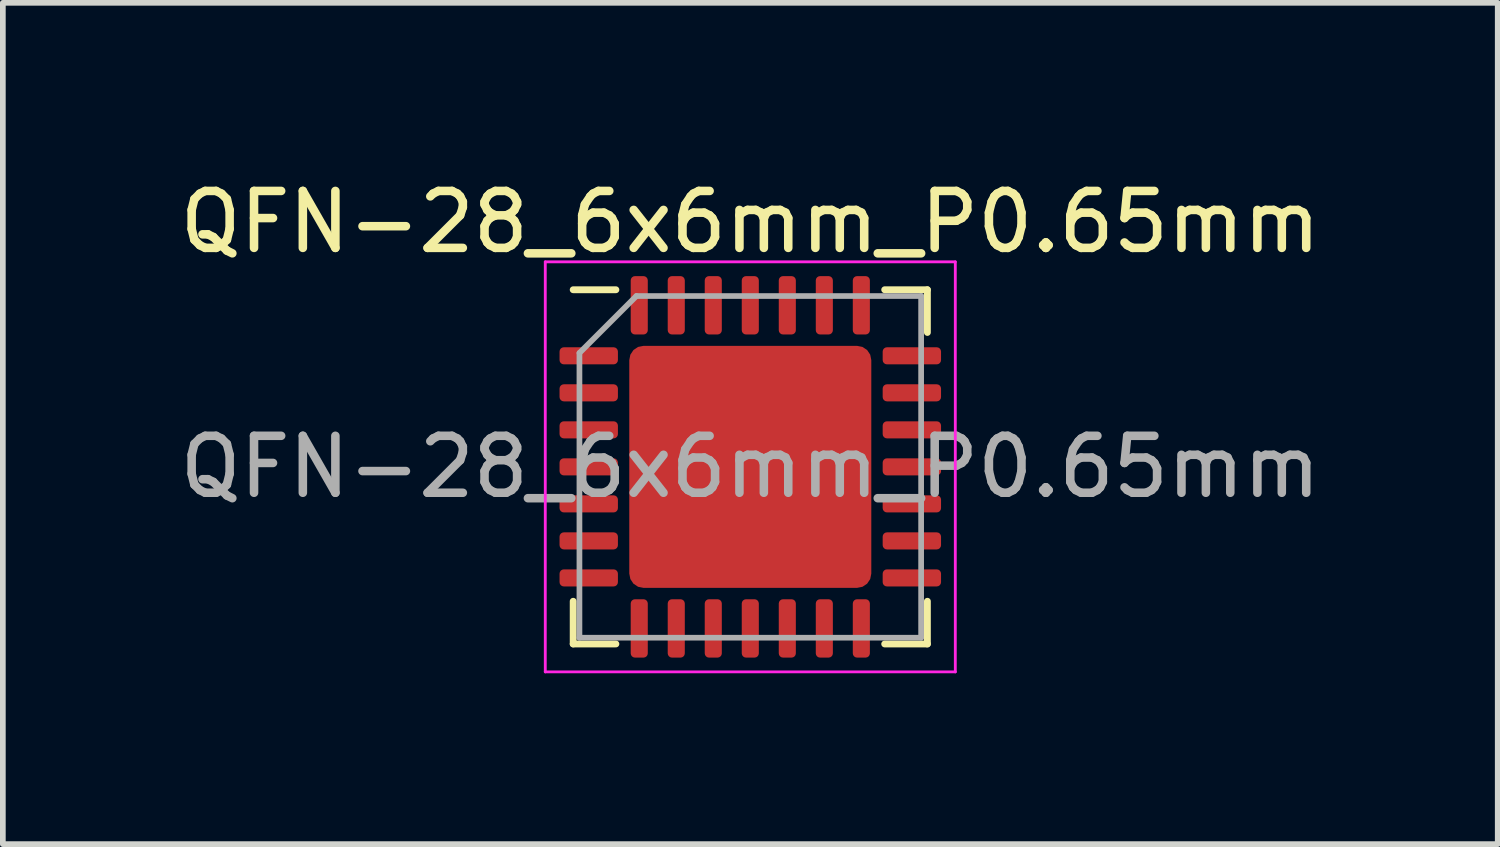
<source format=kicad_pcb>
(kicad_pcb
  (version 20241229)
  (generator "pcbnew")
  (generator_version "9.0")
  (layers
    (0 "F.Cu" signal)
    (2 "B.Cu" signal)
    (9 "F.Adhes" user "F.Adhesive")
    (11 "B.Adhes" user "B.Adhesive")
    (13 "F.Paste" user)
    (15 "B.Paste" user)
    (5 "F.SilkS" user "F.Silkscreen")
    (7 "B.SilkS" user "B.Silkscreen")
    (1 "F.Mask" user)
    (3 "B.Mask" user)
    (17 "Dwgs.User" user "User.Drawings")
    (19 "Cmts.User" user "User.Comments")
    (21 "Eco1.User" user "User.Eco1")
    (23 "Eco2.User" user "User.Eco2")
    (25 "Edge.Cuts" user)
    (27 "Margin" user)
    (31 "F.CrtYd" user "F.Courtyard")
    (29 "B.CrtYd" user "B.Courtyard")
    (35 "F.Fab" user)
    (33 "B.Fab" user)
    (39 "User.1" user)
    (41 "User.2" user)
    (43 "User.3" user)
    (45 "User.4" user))
  (footprint "QFN-28_6x6mm_P0.65mm"
    (layer "F.Cu")
    (at 10.125 5.148)
    (property "Reference" "QFN-28_6x6mm_P0.65mm" (at 0 -4.3 0) (layer "F.SilkS") (effects (font (size 1 1) (thickness 0.15))))
    (attr smd)
    (fp_line (start -3.11 3.11) (end -3.11 2.36) (stroke (width 0.12) (type solid)) (layer "F.SilkS"))
    (fp_line (start -2.36 -3.11) (end -3.11 -3.11) (stroke (width 0.12) (type solid)) (layer "F.SilkS"))
    (fp_line (start -2.36 3.11) (end -3.11 3.11) (stroke (width 0.12) (type solid)) (layer "F.SilkS"))
    (fp_line (start 2.36 -3.11) (end 3.11 -3.11) (stroke (width 0.12) (type solid)) (layer "F.SilkS"))
    (fp_line (start 2.36 3.11) (end 3.11 3.11) (stroke (width 0.12) (type solid)) (layer "F.SilkS"))
    (fp_line (start 3.11 -3.11) (end 3.11 -2.36) (stroke (width 0.12) (type solid)) (layer "F.SilkS"))
    (fp_line (start 3.11 3.11) (end 3.11 2.36) (stroke (width 0.12) (type solid)) (layer "F.SilkS"))
    (fp_line (start -3.6 -3.6) (end -3.6 3.6) (stroke (width 0.05) (type solid)) (layer "F.CrtYd"))
    (fp_line (start -3.6 3.6) (end 3.6 3.6) (stroke (width 0.05) (type solid)) (layer "F.CrtYd"))
    (fp_line (start 3.6 -3.6) (end -3.6 -3.6) (stroke (width 0.05) (type solid)) (layer "F.CrtYd"))
    (fp_line (start 3.6 3.6) (end 3.6 -3.6) (stroke (width 0.05) (type solid)) (layer "F.CrtYd"))
    (fp_line (start -3 -2) (end -2 -3) (stroke (width 0.1) (type solid)) (layer "F.Fab"))
    (fp_line (start -3 3) (end -3 -2) (stroke (width 0.1) (type solid)) (layer "F.Fab"))
    (fp_line (start -2 -3) (end 3 -3) (stroke (width 0.1) (type solid)) (layer "F.Fab"))
    (fp_line (start 3 -3) (end 3 3) (stroke (width 0.1) (type solid)) (layer "F.Fab"))
    (fp_line (start 3 3) (end -3 3) (stroke (width 0.1) (type solid)) (layer "F.Fab"))
    (fp_text user "${REFERENCE}" (at 0 0 0) (layer "F.Fab") (effects (font (size 1 1) (thickness 0.15))))
    (pad "" smd roundrect (at -1.42 -1.42) (size 1.14 1.14) (layers "F.Paste") (roundrect_rratio 0.219))
    (pad "" smd roundrect (at -1.42 0) (size 1.14 1.14) (layers "F.Paste") (roundrect_rratio 0.219))
    (pad "" smd roundrect (at -1.42 1.42) (size 1.14 1.14) (layers "F.Paste") (roundrect_rratio 0.219))
    (pad "" smd roundrect (at 0 -1.42) (size 1.14 1.14) (layers "F.Paste") (roundrect_rratio 0.219))
    (pad "" smd roundrect (at 0 0) (size 1.14 1.14) (layers "F.Paste") (roundrect_rratio 0.219))
    (pad "" smd roundrect (at 0 1.42) (size 1.14 1.14) (layers "F.Paste") (roundrect_rratio 0.219))
    (pad "" smd roundrect (at 1.42 -1.42) (size 1.14 1.14) (layers "F.Paste") (roundrect_rratio 0.219))
    (pad "" smd roundrect (at 1.42 0) (size 1.14 1.14) (layers "F.Paste") (roundrect_rratio 0.219))
    (pad "" smd roundrect (at 1.42 1.42) (size 1.14 1.14) (layers "F.Paste") (roundrect_rratio 0.219))
    (pad "1" smd roundrect (at -2.837 -1.95) (size 1.025 0.3) (layers "F.Cu" "F.Mask" "F.Paste") (roundrect_rratio 0.25))
    (pad "2" smd roundrect (at -2.837 -1.3) (size 1.025 0.3) (layers "F.Cu" "F.Mask" "F.Paste") (roundrect_rratio 0.25))
    (pad "3" smd roundrect (at -2.837 -0.65) (size 1.025 0.3) (layers "F.Cu" "F.Mask" "F.Paste") (roundrect_rratio 0.25))
    (pad "4" smd roundrect (at -2.837 0) (size 1.025 0.3) (layers "F.Cu" "F.Mask" "F.Paste") (roundrect_rratio 0.25))
    (pad "5" smd roundrect (at -2.837 0.65) (size 1.025 0.3) (layers "F.Cu" "F.Mask" "F.Paste") (roundrect_rratio 0.25))
    (pad "6" smd roundrect (at -2.837 1.3) (size 1.025 0.3) (layers "F.Cu" "F.Mask" "F.Paste") (roundrect_rratio 0.25))
    (pad "7" smd roundrect (at -2.837 1.95) (size 1.025 0.3) (layers "F.Cu" "F.Mask" "F.Paste") (roundrect_rratio 0.25))
    (pad "8" smd roundrect (at -1.95 2.837) (size 0.3 1.025) (layers "F.Cu" "F.Mask" "F.Paste") (roundrect_rratio 0.25))
    (pad "9" smd roundrect (at -1.3 2.837) (size 0.3 1.025) (layers "F.Cu" "F.Mask" "F.Paste") (roundrect_rratio 0.25))
    (pad "10" smd roundrect (at -0.65 2.837) (size 0.3 1.025) (layers "F.Cu" "F.Mask" "F.Paste") (roundrect_rratio 0.25))
    (pad "11" smd roundrect (at 0 2.837) (size 0.3 1.025) (layers "F.Cu" "F.Mask" "F.Paste") (roundrect_rratio 0.25))
    (pad "12" smd roundrect (at 0.65 2.837) (size 0.3 1.025) (layers "F.Cu" "F.Mask" "F.Paste") (roundrect_rratio 0.25))
    (pad "13" smd roundrect (at 1.3 2.837) (size 0.3 1.025) (layers "F.Cu" "F.Mask" "F.Paste") (roundrect_rratio 0.25))
    (pad "14" smd roundrect (at 1.95 2.837) (size 0.3 1.025) (layers "F.Cu" "F.Mask" "F.Paste") (roundrect_rratio 0.25))
    (pad "15" smd roundrect (at 2.837 1.95) (size 1.025 0.3) (layers "F.Cu" "F.Mask" "F.Paste") (roundrect_rratio 0.25))
    (pad "16" smd roundrect (at 2.837 1.3) (size 1.025 0.3) (layers "F.Cu" "F.Mask" "F.Paste") (roundrect_rratio 0.25))
    (pad "17" smd roundrect (at 2.837 0.65) (size 1.025 0.3) (layers "F.Cu" "F.Mask" "F.Paste") (roundrect_rratio 0.25))
    (pad "18" smd roundrect (at 2.837 0) (size 1.025 0.3) (layers "F.Cu" "F.Mask" "F.Paste") (roundrect_rratio 0.25))
    (pad "19" smd roundrect (at 2.837 -0.65) (size 1.025 0.3) (layers "F.Cu" "F.Mask" "F.Paste") (roundrect_rratio 0.25))
    (pad "20" smd roundrect (at 2.837 -1.3) (size 1.025 0.3) (layers "F.Cu" "F.Mask" "F.Paste") (roundrect_rratio 0.25))
    (pad "21" smd roundrect (at 2.837 -1.95) (size 1.025 0.3) (layers "F.Cu" "F.Mask" "F.Paste") (roundrect_rratio 0.25))
    (pad "22" smd roundrect (at 1.95 -2.837) (size 0.3 1.025) (layers "F.Cu" "F.Mask" "F.Paste") (roundrect_rratio 0.25))
    (pad "23" smd roundrect (at 1.3 -2.837) (size 0.3 1.025) (layers "F.Cu" "F.Mask" "F.Paste") (roundrect_rratio 0.25))
    (pad "24" smd roundrect (at 0.65 -2.837) (size 0.3 1.025) (layers "F.Cu" "F.Mask" "F.Paste") (roundrect_rratio 0.25))
    (pad "25" smd roundrect (at 0 -2.837) (size 0.3 1.025) (layers "F.Cu" "F.Mask" "F.Paste") (roundrect_rratio 0.25))
    (pad "26" smd roundrect (at -0.65 -2.837) (size 0.3 1.025) (layers "F.Cu" "F.Mask" "F.Paste") (roundrect_rratio 0.25))
    (pad "27" smd roundrect (at -1.3 -2.837) (size 0.3 1.025) (layers "F.Cu" "F.Mask" "F.Paste") (roundrect_rratio 0.25))
    (pad "28" smd roundrect (at -1.95 -2.837) (size 0.3 1.025) (layers "F.Cu" "F.Mask" "F.Paste") (roundrect_rratio 0.25))
    (pad "29" smd roundrect (at 0 0) (size 4.25 4.25) (layers "F.Cu" "F.Mask") (roundrect_rratio 0.059)))
  (gr_rect
    (start -3 -3)
    (end 23.25 11.773)
    (stroke (width 0.1) (type default))
    (fill no)
    (layer "Edge.Cuts")))
</source>
